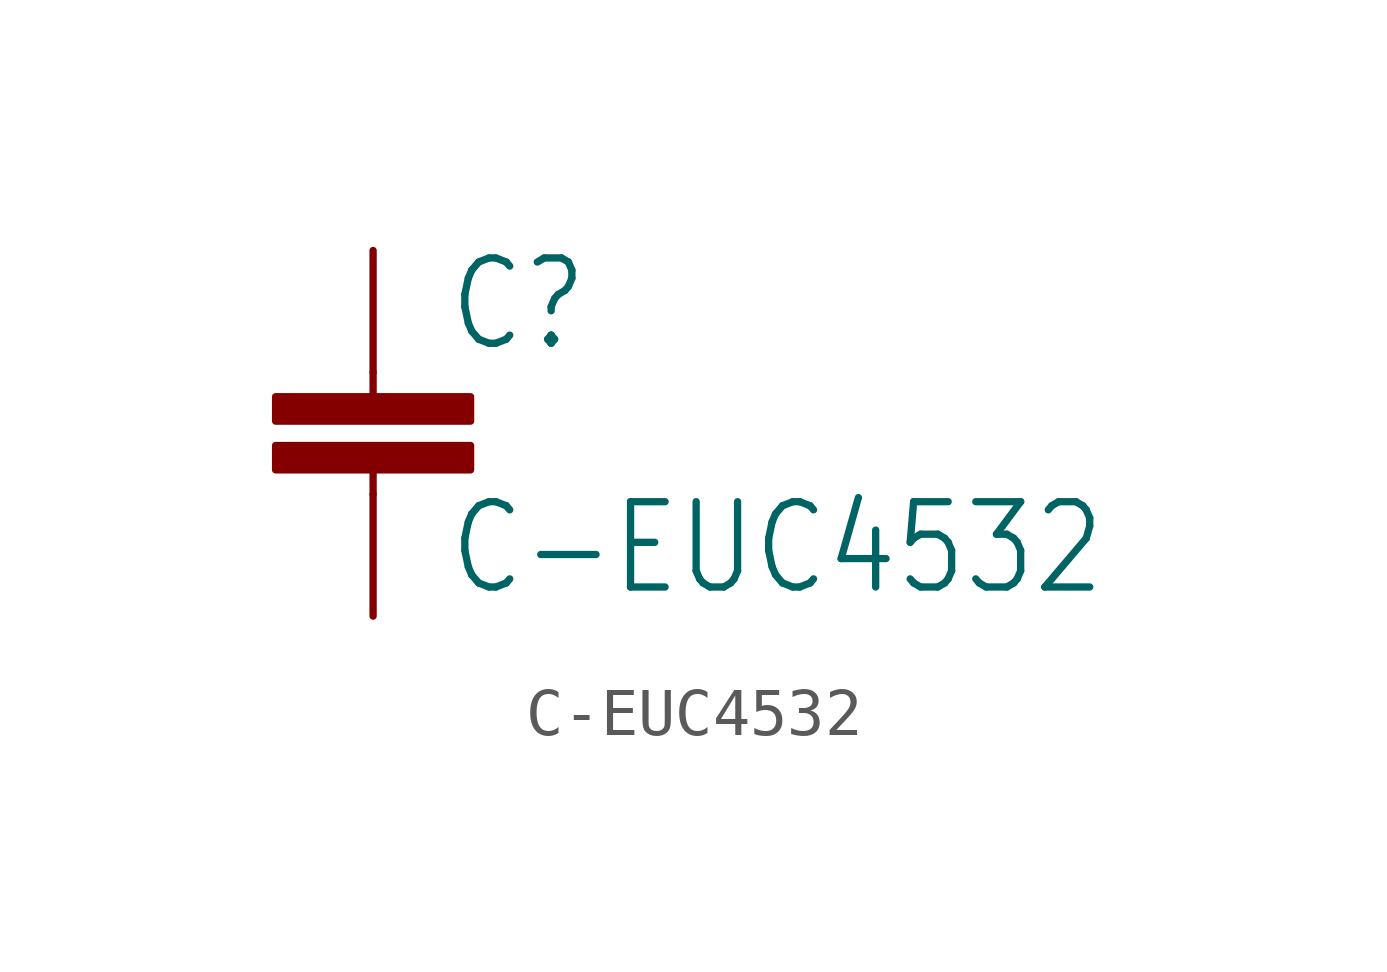
<source format=kicad_sym>
(kicad_symbol_lib
  (version 20231120)
  (generator "kicad_symbol_editor")
  (generator_version "8.0")
  (symbol "C-EUC4532"
    (property "Reference" "C"
      (at 1.524 0.381 0)
      (effects (font (size 1.778 1.511)) (justify left bottom)))
    (property "Value" "C-EUC4532"
      (at 1.524 -4.699 0)
      (effects (font (size 1.778 1.511)) (justify left bottom)))
    (property "ki_locked" ""
      (at 0 0 0)
      (effects (font (size 1.27 1.27))))
    (symbol "C-EUC4532_1_0"
      (rectangle (start -2.032 -2.032) (end 2.032 -1.524) (stroke (width 0) (type default)) (fill (type outline)))
      (rectangle (start -2.032 -1.016) (end 2.032 -0.508) (stroke (width 0) (type default)) (fill (type outline)))
      (polyline (pts (xy 0 -2.54) (xy 0 -2.032)) (stroke (width 0.152) (type default)) (fill (type none)))
      (polyline (pts (xy 0 0) (xy 0 -0.508)) (stroke (width 0.152) (type default)) (fill (type none)))
      (pin passive line (at 0 2.54 270) (length 2.54) (name "1" (effects (font (size 0 0)))) (number "1" (effects (font (size 0 0)))))
      (pin passive line (at 0 -5.08 90) (length 2.54) (name "2" (effects (font (size 0 0)))) (number "2" (effects (font (size 0 0))))))))
</source>
